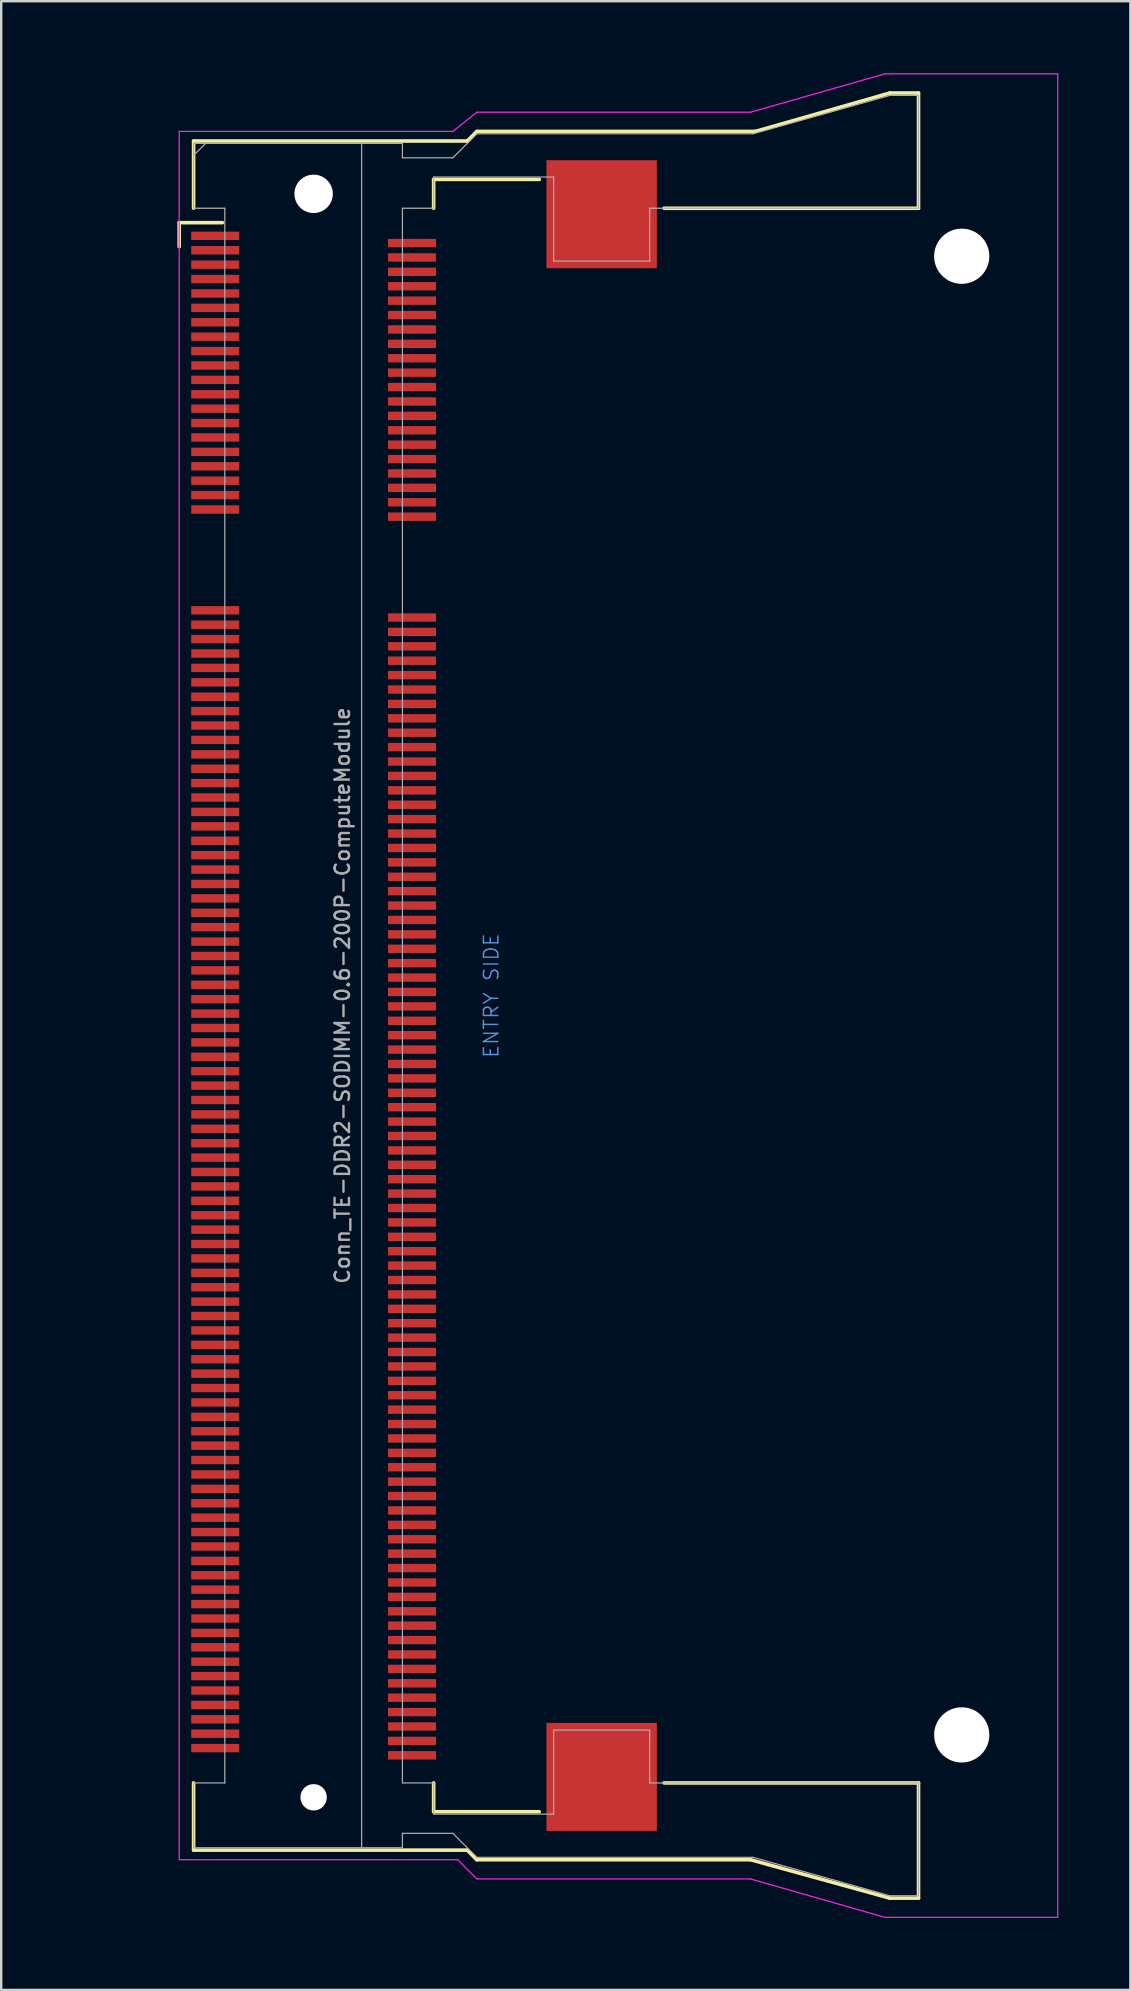
<source format=kicad_pcb>
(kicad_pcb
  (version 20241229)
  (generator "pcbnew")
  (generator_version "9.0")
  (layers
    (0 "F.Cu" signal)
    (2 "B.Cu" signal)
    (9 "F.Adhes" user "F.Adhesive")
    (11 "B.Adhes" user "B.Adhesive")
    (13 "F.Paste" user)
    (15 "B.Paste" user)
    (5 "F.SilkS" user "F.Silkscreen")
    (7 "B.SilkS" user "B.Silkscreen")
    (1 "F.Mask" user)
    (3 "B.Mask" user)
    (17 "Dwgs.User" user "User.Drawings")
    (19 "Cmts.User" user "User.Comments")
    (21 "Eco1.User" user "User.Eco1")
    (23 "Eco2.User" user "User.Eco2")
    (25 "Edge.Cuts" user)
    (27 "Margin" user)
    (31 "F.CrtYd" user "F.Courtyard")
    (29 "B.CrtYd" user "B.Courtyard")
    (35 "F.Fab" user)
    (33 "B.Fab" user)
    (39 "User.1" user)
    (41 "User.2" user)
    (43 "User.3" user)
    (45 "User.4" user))
  (footprint "Conn_TE-DDR2-SODIMM-0.6-200P-ComputeModule"
    (layer "F.Cu")
    (at 10.015 38.425)
    (property "Reference" "Conn_TE-DDR2-SODIMM-0.6-200P-ComputeModule" (at 1.2 0 90) (layer "F.Fab") (effects (font (size 0.6 0.6) (thickness 0.1))))
    (attr through_hole)
    (fp_line (start -5.6 -32.2) (end -3.8 -32.2) (stroke (width 0.15) (type solid)) (layer "F.SilkS"))
    (fp_line (start -5.6 -31.2) (end -5.6 -32.2) (stroke (width 0.15) (type solid)) (layer "F.SilkS"))
    (fp_line (start -5 -35.6) (end 6.4 -35.6) (stroke (width 0.15) (type solid)) (layer "F.SilkS"))
    (fp_line (start -5 -32.8) (end -5 -35.6) (stroke (width 0.15) (type solid)) (layer "F.SilkS"))
    (fp_line (start -5 32.8) (end -5 35.6) (stroke (width 0.15) (type solid)) (layer "F.SilkS"))
    (fp_line (start -5 35.6) (end 6.4 35.6) (stroke (width 0.15) (type solid)) (layer "F.SilkS"))
    (fp_line (start 5 -34) (end 9.4 -34) (stroke (width 0.15) (type solid)) (layer "F.SilkS"))
    (fp_line (start 5 -32.8) (end 5 -34) (stroke (width 0.15) (type solid)) (layer "F.SilkS"))
    (fp_line (start 5 34) (end 5 32.8) (stroke (width 0.15) (type solid)) (layer "F.SilkS"))
    (fp_line (start 6.4 -35.6) (end 6.8 -36) (stroke (width 0.15) (type solid)) (layer "F.SilkS"))
    (fp_line (start 6.4 35.6) (end 6.8 36) (stroke (width 0.15) (type solid)) (layer "F.SilkS"))
    (fp_line (start 6.8 -36) (end 18.4 -36) (stroke (width 0.15) (type solid)) (layer "F.SilkS"))
    (fp_line (start 6.8 36) (end 18.2 36) (stroke (width 0.15) (type solid)) (layer "F.SilkS"))
    (fp_line (start 9.4 34) (end 5 34) (stroke (width 0.15) (type solid)) (layer "F.SilkS"))
    (fp_line (start 14.6 -32.8) (end 25.2 -32.8) (stroke (width 0.15) (type solid)) (layer "F.SilkS"))
    (fp_line (start 14.6 32.8) (end 25.2 32.8) (stroke (width 0.15) (type solid)) (layer "F.SilkS"))
    (fp_line (start 18.2 36) (end 24 37.6) (stroke (width 0.15) (type solid)) (layer "F.SilkS"))
    (fp_line (start 18.4 -36) (end 24 -37.6) (stroke (width 0.15) (type solid)) (layer "F.SilkS"))
    (fp_line (start 24 -37.6) (end 25.2 -37.6) (stroke (width 0.15) (type solid)) (layer "F.SilkS"))
    (fp_line (start 24 37.6) (end 25.2 37.6) (stroke (width 0.15) (type solid)) (layer "F.SilkS"))
    (fp_line (start 25.2 -37.6) (end 25.2 -32.8) (stroke (width 0.15) (type solid)) (layer "F.SilkS"))
    (fp_line (start 25.2 37.6) (end 25.2 32.8) (stroke (width 0.15) (type solid)) (layer "F.SilkS"))
    (fp_line (start -5.6 -36) (end -5.6 36) (stroke (width 0.05) (type solid)) (layer "F.CrtYd"))
    (fp_line (start -5.6 -36) (end 5.8 -36) (stroke (width 0.05) (type solid)) (layer "F.CrtYd"))
    (fp_line (start -5.6 36) (end 6 36) (stroke (width 0.05) (type solid)) (layer "F.CrtYd"))
    (fp_line (start 6 36) (end 6.8 36.8) (stroke (width 0.05) (type solid)) (layer "F.CrtYd"))
    (fp_line (start 6.8 -36.8) (end 5.8 -36) (stroke (width 0.05) (type solid)) (layer "F.CrtYd"))
    (fp_line (start 6.8 36.8) (end 18.2 36.8) (stroke (width 0.05) (type solid)) (layer "F.CrtYd"))
    (fp_line (start 18.2 -36.8) (end 6.8 -36.8) (stroke (width 0.05) (type solid)) (layer "F.CrtYd"))
    (fp_line (start 18.2 36.8) (end 23.8 38.4) (stroke (width 0.05) (type solid)) (layer "F.CrtYd"))
    (fp_line (start 23.8 -38.4) (end 18.2 -36.8) (stroke (width 0.05) (type solid)) (layer "F.CrtYd"))
    (fp_line (start 23.8 38.4) (end 31 38.4) (stroke (width 0.05) (type solid)) (layer "F.CrtYd"))
    (fp_line (start 31 -38.4) (end 23.8 -38.4) (stroke (width 0.05) (type solid)) (layer "F.CrtYd"))
    (fp_line (start 31 38.4) (end 31 -38.4) (stroke (width 0.05) (type solid)) (layer "F.CrtYd"))
    (fp_line (start -5 -35.5) (end -5 -32.8) (stroke (width 0.05) (type solid)) (layer "F.Fab"))
    (fp_line (start -5 -35.5) (end 2 -35.5) (stroke (width 0.05) (type solid)) (layer "F.Fab"))
    (fp_line (start -5 -35) (end -4.5 -35.5) (stroke (width 0.05) (type solid)) (layer "F.Fab"))
    (fp_line (start -5 -32.8) (end -3.7 -32.8) (stroke (width 0.05) (type solid)) (layer "F.Fab"))
    (fp_line (start -5 32.8) (end -3.7 32.8) (stroke (width 0.05) (type solid)) (layer "F.Fab"))
    (fp_line (start -5 35.5) (end -5 32.8) (stroke (width 0.05) (type solid)) (layer "F.Fab"))
    (fp_line (start -3.7 32.8) (end -3.7 -32.8) (stroke (width 0.05) (type solid)) (layer "F.Fab"))
    (fp_line (start 2 -35.5) (end 2 35.5) (stroke (width 0.05) (type solid)) (layer "F.Fab"))
    (fp_line (start 2 35.5) (end -5 35.5) (stroke (width 0.05) (type solid)) (layer "F.Fab"))
    (fp_line (start 3.7 -35.5) (end 2 -35.5) (stroke (width 0.05) (type solid)) (layer "F.Fab"))
    (fp_line (start 3.7 -35.5) (end 3.7 -34.9) (stroke (width 0.05) (type solid)) (layer "F.Fab"))
    (fp_line (start 3.7 -32.8) (end 3.7 32.8) (stroke (width 0.05) (type solid)) (layer "F.Fab"))
    (fp_line (start 3.7 -32.8) (end 5 -32.8) (stroke (width 0.05) (type solid)) (layer "F.Fab"))
    (fp_line (start 3.7 34.9) (end 3.7 35.5) (stroke (width 0.05) (type solid)) (layer "F.Fab"))
    (fp_line (start 3.7 34.9) (end 5.8 34.9) (stroke (width 0.05) (type solid)) (layer "F.Fab"))
    (fp_line (start 3.7 35.5) (end 2 35.5) (stroke (width 0.05) (type solid)) (layer "F.Fab"))
    (fp_line (start 5 -34.1) (end 10 -34.1) (stroke (width 0.05) (type solid)) (layer "F.Fab"))
    (fp_line (start 5 -32.8) (end 5 -34.1) (stroke (width 0.05) (type solid)) (layer "F.Fab"))
    (fp_line (start 5 32.8) (end 3.7 32.8) (stroke (width 0.05) (type solid)) (layer "F.Fab"))
    (fp_line (start 5 34.1) (end 5 32.8) (stroke (width 0.05) (type solid)) (layer "F.Fab"))
    (fp_line (start 5 34.1) (end 10 34.1) (stroke (width 0.05) (type solid)) (layer "F.Fab"))
    (fp_line (start 5.8 -34.9) (end 3.7 -34.9) (stroke (width 0.05) (type solid)) (layer "F.Fab"))
    (fp_line (start 5.8 -34.9) (end 6.8 -35.9) (stroke (width 0.05) (type solid)) (layer "F.Fab"))
    (fp_line (start 5.8 34.9) (end 6.8 35.9) (stroke (width 0.05) (type solid)) (layer "F.Fab"))
    (fp_line (start 6.8 -35.9) (end 18.3 -35.9) (stroke (width 0.05) (type solid)) (layer "F.Fab"))
    (fp_line (start 10 -34.1) (end 10 -30.6) (stroke (width 0.05) (type solid)) (layer "F.Fab"))
    (fp_line (start 10 -30.6) (end 14 -30.6) (stroke (width 0.05) (type solid)) (layer "F.Fab"))
    (fp_line (start 10 30.6) (end 14 30.6) (stroke (width 0.05) (type solid)) (layer "F.Fab"))
    (fp_line (start 10 34.1) (end 10 30.6) (stroke (width 0.05) (type solid)) (layer "F.Fab"))
    (fp_line (start 14 -32.8) (end 25.2 -32.8) (stroke (width 0.05) (type solid)) (layer "F.Fab"))
    (fp_line (start 14 -30.6) (end 14 -32.8) (stroke (width 0.05) (type solid)) (layer "F.Fab"))
    (fp_line (start 14 30.6) (end 14 32.8) (stroke (width 0.05) (type solid)) (layer "F.Fab"))
    (fp_line (start 14 32.8) (end 25.2 32.8) (stroke (width 0.05) (type solid)) (layer "F.Fab"))
    (fp_line (start 18.3 35.9) (end 6.8 35.9) (stroke (width 0.05) (type solid)) (layer "F.Fab"))
    (fp_line (start 18.3 35.9) (end 24 37.5) (stroke (width 0.05) (type solid)) (layer "F.Fab"))
    (fp_line (start 24 -37.5) (end 18.3 -35.9) (stroke (width 0.05) (type solid)) (layer "F.Fab"))
    (fp_line (start 25.2 -37.5) (end 24 -37.5) (stroke (width 0.05) (type solid)) (layer "F.Fab"))
    (fp_line (start 25.2 -32.8) (end 25.2 -37.5) (stroke (width 0.05) (type solid)) (layer "F.Fab"))
    (fp_line (start 25.2 37.5) (end 24 37.5) (stroke (width 0.05) (type solid)) (layer "F.Fab"))
    (fp_line (start 25.2 37.5) (end 25.2 32.8) (stroke (width 0.05) (type solid)) (layer "F.Fab"))
    (fp_text user "ENTRY SIDE" (at 7.4 0 90) (layer "Cmts.User") (effects (font (size 0.6 0.6) (thickness 0.06))))
    (fp_text user "${REFERENCE}" (at -4 -35 0) (layer "Eco1.User") (effects (font (size 0.3 0.3) (thickness 0.03))))
    (pad "" np_thru_hole circle (at 0 -33.4) (size 1.6 1.6) (drill 1.6) (layers "*.Cu"))
    (pad "" np_thru_hole circle (at 0 33.4) (size 1.1 1.1) (drill 1.1) (layers "*.Cu"))
    (pad "" smd rect (at 12 -32.55) (size 4.6 4.5) (layers "F.Cu" "F.Mask" "F.Paste"))
    (pad "" smd rect (at 12 32.55) (size 4.6 4.5) (layers "F.Cu" "F.Mask" "F.Paste"))
    (pad "" np_thru_hole circle (at 27 -30.8) (size 2.3 2.3) (drill 2.3) (layers "*.Cu" "*.Mask"))
    (pad "" np_thru_hole circle (at 27 30.8) (size 2.3 2.3) (drill 2.3) (layers "*.Cu" "*.Mask"))
    (pad "1" smd rect (at -4.1 -31.65) (size 2 0.35) (layers "F.Cu" "F.Mask" "F.Paste"))
    (pad "2" smd rect (at 4.1 -31.35) (size 2 0.35) (layers "F.Cu" "F.Mask" "F.Paste"))
    (pad "3" smd rect (at -4.1 -31.05) (size 2 0.35) (layers "F.Cu" "F.Mask" "F.Paste"))
    (pad "4" smd rect (at 4.1 -30.75) (size 2 0.35) (layers "F.Cu" "F.Mask" "F.Paste"))
    (pad "5" smd rect (at -4.1 -30.45) (size 2 0.35) (layers "F.Cu" "F.Mask" "F.Paste"))
    (pad "6" smd rect (at 4.1 -30.15) (size 2 0.35) (layers "F.Cu" "F.Mask" "F.Paste"))
    (pad "7" smd rect (at -4.1 -29.85) (size 2 0.35) (layers "F.Cu" "F.Mask" "F.Paste"))
    (pad "8" smd rect (at 4.1 -29.55) (size 2 0.35) (layers "F.Cu" "F.Mask" "F.Paste"))
    (pad "9" smd rect (at -4.1 -29.25) (size 2 0.35) (layers "F.Cu" "F.Mask" "F.Paste"))
    (pad "10" smd rect (at 4.1 -28.95) (size 2 0.35) (layers "F.Cu" "F.Mask" "F.Paste"))
    (pad "11" smd rect (at -4.1 -28.65) (size 2 0.35) (layers "F.Cu" "F.Mask" "F.Paste"))
    (pad "12" smd rect (at 4.1 -28.35) (size 2 0.35) (layers "F.Cu" "F.Mask" "F.Paste"))
    (pad "13" smd rect (at -4.1 -28.05) (size 2 0.35) (layers "F.Cu" "F.Mask" "F.Paste"))
    (pad "14" smd rect (at 4.1 -27.75) (size 2 0.35) (layers "F.Cu" "F.Mask" "F.Paste"))
    (pad "15" smd rect (at -4.1 -27.45) (size 2 0.35) (layers "F.Cu" "F.Mask" "F.Paste"))
    (pad "16" smd rect (at 4.1 -27.15) (size 2 0.35) (layers "F.Cu" "F.Mask" "F.Paste"))
    (pad "17" smd rect (at -4.1 -26.85) (size 2 0.35) (layers "F.Cu" "F.Mask" "F.Paste"))
    (pad "18" smd rect (at 4.1 -26.55) (size 2 0.35) (layers "F.Cu" "F.Mask" "F.Paste"))
    (pad "19" smd rect (at -4.1 -26.25) (size 2 0.35) (layers "F.Cu" "F.Mask" "F.Paste"))
    (pad "20" smd rect (at 4.1 -25.95) (size 2 0.35) (layers "F.Cu" "F.Mask" "F.Paste"))
    (pad "21" smd rect (at -4.1 -25.65) (size 2 0.35) (layers "F.Cu" "F.Mask" "F.Paste"))
    (pad "22" smd rect (at 4.1 -25.35) (size 2 0.35) (layers "F.Cu" "F.Mask" "F.Paste"))
    (pad "23" smd rect (at -4.1 -25.05) (size 2 0.35) (layers "F.Cu" "F.Mask" "F.Paste"))
    (pad "24" smd rect (at 4.1 -24.75) (size 2 0.35) (layers "F.Cu" "F.Mask" "F.Paste"))
    (pad "25" smd rect (at -4.1 -24.45) (size 2 0.35) (layers "F.Cu" "F.Mask" "F.Paste"))
    (pad "26" smd rect (at 4.1 -24.15) (size 2 0.35) (layers "F.Cu" "F.Mask" "F.Paste"))
    (pad "27" smd rect (at -4.1 -23.85) (size 2 0.35) (layers "F.Cu" "F.Mask" "F.Paste"))
    (pad "28" smd rect (at 4.1 -23.55) (size 2 0.35) (layers "F.Cu" "F.Mask" "F.Paste"))
    (pad "29" smd rect (at -4.1 -23.25) (size 2 0.35) (layers "F.Cu" "F.Mask" "F.Paste"))
    (pad "30" smd rect (at 4.1 -22.95) (size 2 0.35) (layers "F.Cu" "F.Mask" "F.Paste"))
    (pad "31" smd rect (at -4.1 -22.65) (size 2 0.35) (layers "F.Cu" "F.Mask" "F.Paste"))
    (pad "32" smd rect (at 4.1 -22.35) (size 2 0.35) (layers "F.Cu" "F.Mask" "F.Paste"))
    (pad "33" smd rect (at -4.1 -22.05) (size 2 0.35) (layers "F.Cu" "F.Mask" "F.Paste"))
    (pad "34" smd rect (at 4.1 -21.75) (size 2 0.35) (layers "F.Cu" "F.Mask" "F.Paste"))
    (pad "35" smd rect (at -4.1 -21.45) (size 2 0.35) (layers "F.Cu" "F.Mask" "F.Paste"))
    (pad "36" smd rect (at 4.1 -21.15) (size 2 0.35) (layers "F.Cu" "F.Mask" "F.Paste"))
    (pad "37" smd rect (at -4.1 -20.85) (size 2 0.35) (layers "F.Cu" "F.Mask" "F.Paste"))
    (pad "38" smd rect (at 4.1 -20.55) (size 2 0.35) (layers "F.Cu" "F.Mask" "F.Paste"))
    (pad "39" smd rect (at -4.1 -20.25) (size 2 0.35) (layers "F.Cu" "F.Mask" "F.Paste"))
    (pad "40" smd rect (at 4.1 -19.95) (size 2 0.35) (layers "F.Cu" "F.Mask" "F.Paste"))
    (pad "41" smd rect (at -4.1 -16.05) (size 2 0.35) (layers "F.Cu" "F.Mask" "F.Paste"))
    (pad "42" smd rect (at 4.1 -15.75) (size 2 0.35) (layers "F.Cu" "F.Mask" "F.Paste"))
    (pad "43" smd rect (at -4.1 -15.45) (size 2 0.35) (layers "F.Cu" "F.Mask" "F.Paste"))
    (pad "44" smd rect (at 4.1 -15.15) (size 2 0.35) (layers "F.Cu" "F.Mask" "F.Paste"))
    (pad "45" smd rect (at -4.1 -14.85) (size 2 0.35) (layers "F.Cu" "F.Mask" "F.Paste"))
    (pad "46" smd rect (at 4.1 -14.55) (size 2 0.35) (layers "F.Cu" "F.Mask" "F.Paste"))
    (pad "47" smd rect (at -4.1 -14.25) (size 2 0.35) (layers "F.Cu" "F.Mask" "F.Paste"))
    (pad "48" smd rect (at 4.1 -13.95) (size 2 0.35) (layers "F.Cu" "F.Mask" "F.Paste"))
    (pad "49" smd rect (at -4.1 -13.65) (size 2 0.35) (layers "F.Cu" "F.Mask" "F.Paste"))
    (pad "50" smd rect (at 4.1 -13.35) (size 2 0.35) (layers "F.Cu" "F.Mask" "F.Paste"))
    (pad "51" smd rect (at -4.1 -13.05) (size 2 0.35) (layers "F.Cu" "F.Mask" "F.Paste"))
    (pad "52" smd rect (at 4.1 -12.75) (size 2 0.35) (layers "F.Cu" "F.Mask" "F.Paste"))
    (pad "53" smd rect (at -4.1 -12.45) (size 2 0.35) (layers "F.Cu" "F.Mask" "F.Paste"))
    (pad "54" smd rect (at 4.1 -12.15) (size 2 0.35) (layers "F.Cu" "F.Mask" "F.Paste"))
    (pad "55" smd rect (at -4.1 -11.85) (size 2 0.35) (layers "F.Cu" "F.Mask" "F.Paste"))
    (pad "56" smd rect (at 4.1 -11.55) (size 2 0.35) (layers "F.Cu" "F.Mask" "F.Paste"))
    (pad "57" smd rect (at -4.1 -11.25) (size 2 0.35) (layers "F.Cu" "F.Mask" "F.Paste"))
    (pad "58" smd rect (at 4.1 -10.95) (size 2 0.35) (layers "F.Cu" "F.Mask" "F.Paste"))
    (pad "59" smd rect (at -4.1 -10.65) (size 2 0.35) (layers "F.Cu" "F.Mask" "F.Paste"))
    (pad "60" smd rect (at 4.1 -10.35) (size 2 0.35) (layers "F.Cu" "F.Mask" "F.Paste"))
    (pad "61" smd rect (at -4.1 -10.05) (size 2 0.35) (layers "F.Cu" "F.Mask" "F.Paste"))
    (pad "62" smd rect (at 4.1 -9.75) (size 2 0.35) (layers "F.Cu" "F.Mask" "F.Paste"))
    (pad "63" smd rect (at -4.1 -9.45) (size 2 0.35) (layers "F.Cu" "F.Mask" "F.Paste"))
    (pad "64" smd rect (at 4.1 -9.15) (size 2 0.35) (layers "F.Cu" "F.Mask" "F.Paste"))
    (pad "65" smd rect (at -4.1 -8.85) (size 2 0.35) (layers "F.Cu" "F.Mask" "F.Paste"))
    (pad "66" smd rect (at 4.1 -8.55) (size 2 0.35) (layers "F.Cu" "F.Mask" "F.Paste"))
    (pad "67" smd rect (at -4.1 -8.25) (size 2 0.35) (layers "F.Cu" "F.Mask" "F.Paste"))
    (pad "68" smd rect (at 4.1 -7.95) (size 2 0.35) (layers "F.Cu" "F.Mask" "F.Paste"))
    (pad "69" smd rect (at -4.1 -7.65) (size 2 0.35) (layers "F.Cu" "F.Mask" "F.Paste"))
    (pad "70" smd rect (at 4.1 -7.35) (size 2 0.35) (layers "F.Cu" "F.Mask" "F.Paste"))
    (pad "71" smd rect (at -4.1 -7.05) (size 2 0.35) (layers "F.Cu" "F.Mask" "F.Paste"))
    (pad "72" smd rect (at 4.1 -6.75) (size 2 0.35) (layers "F.Cu" "F.Mask" "F.Paste"))
    (pad "73" smd rect (at -4.1 -6.45) (size 2 0.35) (layers "F.Cu" "F.Mask" "F.Paste"))
    (pad "74" smd rect (at 4.1 -6.15) (size 2 0.35) (layers "F.Cu" "F.Mask" "F.Paste"))
    (pad "75" smd rect (at -4.1 -5.85) (size 2 0.35) (layers "F.Cu" "F.Mask" "F.Paste"))
    (pad "76" smd rect (at 4.1 -5.55) (size 2 0.35) (layers "F.Cu" "F.Mask" "F.Paste"))
    (pad "77" smd rect (at -4.1 -5.25) (size 2 0.35) (layers "F.Cu" "F.Mask" "F.Paste"))
    (pad "78" smd rect (at 4.1 -4.95) (size 2 0.35) (layers "F.Cu" "F.Mask" "F.Paste"))
    (pad "79" smd rect (at -4.1 -4.65) (size 2 0.35) (layers "F.Cu" "F.Mask" "F.Paste"))
    (pad "80" smd rect (at 4.1 -4.35) (size 2 0.35) (layers "F.Cu" "F.Mask" "F.Paste"))
    (pad "81" smd rect (at -4.1 -4.05) (size 2 0.35) (layers "F.Cu" "F.Mask" "F.Paste"))
    (pad "82" smd rect (at 4.1 -3.75) (size 2 0.35) (layers "F.Cu" "F.Mask" "F.Paste"))
    (pad "83" smd rect (at -4.1 -3.45) (size 2 0.35) (layers "F.Cu" "F.Mask" "F.Paste"))
    (pad "84" smd rect (at 4.1 -3.15) (size 2 0.35) (layers "F.Cu" "F.Mask" "F.Paste"))
    (pad "85" smd rect (at -4.1 -2.85) (size 2 0.35) (layers "F.Cu" "F.Mask" "F.Paste"))
    (pad "86" smd rect (at 4.1 -2.55) (size 2 0.35) (layers "F.Cu" "F.Mask" "F.Paste"))
    (pad "87" smd rect (at -4.1 -2.25) (size 2 0.35) (layers "F.Cu" "F.Mask" "F.Paste"))
    (pad "88" smd rect (at 4.1 -1.95) (size 2 0.35) (layers "F.Cu" "F.Mask" "F.Paste"))
    (pad "89" smd rect (at -4.1 -1.65) (size 2 0.35) (layers "F.Cu" "F.Mask" "F.Paste"))
    (pad "90" smd rect (at 4.1 -1.35) (size 2 0.35) (layers "F.Cu" "F.Mask" "F.Paste"))
    (pad "91" smd rect (at -4.1 -1.05) (size 2 0.35) (layers "F.Cu" "F.Mask" "F.Paste"))
    (pad "92" smd rect (at 4.1 -0.75) (size 2 0.35) (layers "F.Cu" "F.Mask" "F.Paste"))
    (pad "93" smd rect (at -4.1 -0.45) (size 2 0.35) (layers "F.Cu" "F.Mask" "F.Paste"))
    (pad "94" smd rect (at 4.1 -0.15) (size 2 0.35) (layers "F.Cu" "F.Mask" "F.Paste"))
    (pad "95" smd rect (at -4.1 0.15) (size 2 0.35) (layers "F.Cu" "F.Mask" "F.Paste"))
    (pad "96" smd rect (at 4.1 0.45) (size 2 0.35) (layers "F.Cu" "F.Mask" "F.Paste"))
    (pad "97" smd rect (at -4.1 0.75) (size 2 0.35) (layers "F.Cu" "F.Mask" "F.Paste"))
    (pad "98" smd rect (at 4.1 1.05) (size 2 0.35) (layers "F.Cu" "F.Mask" "F.Paste"))
    (pad "99" smd rect (at -4.1 1.35) (size 2 0.35) (layers "F.Cu" "F.Mask" "F.Paste"))
    (pad "100" smd rect (at 4.1 1.65) (size 2 0.35) (layers "F.Cu" "F.Mask" "F.Paste"))
    (pad "101" smd rect (at -4.1 1.95) (size 2 0.35) (layers "F.Cu" "F.Mask" "F.Paste"))
    (pad "102" smd rect (at 4.1 2.25) (size 2 0.35) (layers "F.Cu" "F.Mask" "F.Paste"))
    (pad "103" smd rect (at -4.1 2.55) (size 2 0.35) (layers "F.Cu" "F.Mask" "F.Paste"))
    (pad "104" smd rect (at 4.1 2.85) (size 2 0.35) (layers "F.Cu" "F.Mask" "F.Paste"))
    (pad "105" smd rect (at -4.1 3.15) (size 2 0.35) (layers "F.Cu" "F.Mask" "F.Paste"))
    (pad "106" smd rect (at 4.1 3.45) (size 2 0.35) (layers "F.Cu" "F.Mask" "F.Paste"))
    (pad "107" smd rect (at -4.1 3.75) (size 2 0.35) (layers "F.Cu" "F.Mask" "F.Paste"))
    (pad "108" smd rect (at 4.1 4.05) (size 2 0.35) (layers "F.Cu" "F.Mask" "F.Paste"))
    (pad "109" smd rect (at -4.1 4.35) (size 2 0.35) (layers "F.Cu" "F.Mask" "F.Paste"))
    (pad "110" smd rect (at 4.1 4.65) (size 2 0.35) (layers "F.Cu" "F.Mask" "F.Paste"))
    (pad "111" smd rect (at -4.1 4.95) (size 2 0.35) (layers "F.Cu" "F.Mask" "F.Paste"))
    (pad "112" smd rect (at 4.1 5.25) (size 2 0.35) (layers "F.Cu" "F.Mask" "F.Paste"))
    (pad "113" smd rect (at -4.1 5.55) (size 2 0.35) (layers "F.Cu" "F.Mask" "F.Paste"))
    (pad "114" smd rect (at 4.1 5.85) (size 2 0.35) (layers "F.Cu" "F.Mask" "F.Paste"))
    (pad "115" smd rect (at -4.1 6.15) (size 2 0.35) (layers "F.Cu" "F.Mask" "F.Paste"))
    (pad "116" smd rect (at 4.1 6.45) (size 2 0.35) (layers "F.Cu" "F.Mask" "F.Paste"))
    (pad "117" smd rect (at -4.1 6.75) (size 2 0.35) (layers "F.Cu" "F.Mask" "F.Paste"))
    (pad "118" smd rect (at 4.1 7.05) (size 2 0.35) (layers "F.Cu" "F.Mask" "F.Paste"))
    (pad "119" smd rect (at -4.1 7.35) (size 2 0.35) (layers "F.Cu" "F.Mask" "F.Paste"))
    (pad "120" smd rect (at 4.1 7.65) (size 2 0.35) (layers "F.Cu" "F.Mask" "F.Paste"))
    (pad "121" smd rect (at -4.1 7.95) (size 2 0.35) (layers "F.Cu" "F.Mask" "F.Paste"))
    (pad "122" smd rect (at 4.1 8.25) (size 2 0.35) (layers "F.Cu" "F.Mask" "F.Paste"))
    (pad "123" smd rect (at -4.1 8.55) (size 2 0.35) (layers "F.Cu" "F.Mask" "F.Paste"))
    (pad "124" smd rect (at 4.1 8.85) (size 2 0.35) (layers "F.Cu" "F.Mask" "F.Paste"))
    (pad "125" smd rect (at -4.1 9.15) (size 2 0.35) (layers "F.Cu" "F.Mask" "F.Paste"))
    (pad "126" smd rect (at 4.1 9.45) (size 2 0.35) (layers "F.Cu" "F.Mask" "F.Paste"))
    (pad "127" smd rect (at -4.1 9.75) (size 2 0.35) (layers "F.Cu" "F.Mask" "F.Paste"))
    (pad "128" smd rect (at 4.1 10.05) (size 2 0.35) (layers "F.Cu" "F.Mask" "F.Paste"))
    (pad "129" smd rect (at -4.1 10.35) (size 2 0.35) (layers "F.Cu" "F.Mask" "F.Paste"))
    (pad "130" smd rect (at 4.1 10.65) (size 2 0.35) (layers "F.Cu" "F.Mask" "F.Paste"))
    (pad "131" smd rect (at -4.1 10.95) (size 2 0.35) (layers "F.Cu" "F.Mask" "F.Paste"))
    (pad "132" smd rect (at 4.1 11.25) (size 2 0.35) (layers "F.Cu" "F.Mask" "F.Paste"))
    (pad "133" smd rect (at -4.1 11.55) (size 2 0.35) (layers "F.Cu" "F.Mask" "F.Paste"))
    (pad "134" smd rect (at 4.1 11.85) (size 2 0.35) (layers "F.Cu" "F.Mask" "F.Paste"))
    (pad "135" smd rect (at -4.1 12.15) (size 2 0.35) (layers "F.Cu" "F.Mask" "F.Paste"))
    (pad "136" smd rect (at 4.1 12.45) (size 2 0.35) (layers "F.Cu" "F.Mask" "F.Paste"))
    (pad "137" smd rect (at -4.1 12.75) (size 2 0.35) (layers "F.Cu" "F.Mask" "F.Paste"))
    (pad "138" smd rect (at 4.1 13.05) (size 2 0.35) (layers "F.Cu" "F.Mask" "F.Paste"))
    (pad "139" smd rect (at -4.1 13.35) (size 2 0.35) (layers "F.Cu" "F.Mask" "F.Paste"))
    (pad "140" smd rect (at 4.1 13.65) (size 2 0.35) (layers "F.Cu" "F.Mask" "F.Paste"))
    (pad "141" smd rect (at -4.1 13.95) (size 2 0.35) (layers "F.Cu" "F.Mask" "F.Paste"))
    (pad "142" smd rect (at 4.1 14.25) (size 2 0.35) (layers "F.Cu" "F.Mask" "F.Paste"))
    (pad "143" smd rect (at -4.1 14.55) (size 2 0.35) (layers "F.Cu" "F.Mask" "F.Paste"))
    (pad "144" smd rect (at 4.1 14.85) (size 2 0.35) (layers "F.Cu" "F.Mask" "F.Paste"))
    (pad "145" smd rect (at -4.1 15.15) (size 2 0.35) (layers "F.Cu" "F.Mask" "F.Paste"))
    (pad "146" smd rect (at 4.1 15.45) (size 2 0.35) (layers "F.Cu" "F.Mask" "F.Paste"))
    (pad "147" smd rect (at -4.1 15.75) (size 2 0.35) (layers "F.Cu" "F.Mask" "F.Paste"))
    (pad "148" smd rect (at 4.1 16.05) (size 2 0.35) (layers "F.Cu" "F.Mask" "F.Paste"))
    (pad "149" smd rect (at -4.1 16.35) (size 2 0.35) (layers "F.Cu" "F.Mask" "F.Paste"))
    (pad "150" smd rect (at 4.1 16.65) (size 2 0.35) (layers "F.Cu" "F.Mask" "F.Paste"))
    (pad "151" smd rect (at -4.1 16.95) (size 2 0.35) (layers "F.Cu" "F.Mask" "F.Paste"))
    (pad "152" smd rect (at 4.1 17.25) (size 2 0.35) (layers "F.Cu" "F.Mask" "F.Paste"))
    (pad "153" smd rect (at -4.1 17.55) (size 2 0.35) (layers "F.Cu" "F.Mask" "F.Paste"))
    (pad "154" smd rect (at 4.1 17.85) (size 2 0.35) (layers "F.Cu" "F.Mask" "F.Paste"))
    (pad "155" smd rect (at -4.1 18.15) (size 2 0.35) (layers "F.Cu" "F.Mask" "F.Paste"))
    (pad "156" smd rect (at 4.1 18.45) (size 2 0.35) (layers "F.Cu" "F.Mask" "F.Paste"))
    (pad "157" smd rect (at -4.1 18.75) (size 2 0.35) (layers "F.Cu" "F.Mask" "F.Paste"))
    (pad "158" smd rect (at 4.1 19.05) (size 2 0.35) (layers "F.Cu" "F.Mask" "F.Paste"))
    (pad "159" smd rect (at -4.1 19.35) (size 2 0.35) (layers "F.Cu" "F.Mask" "F.Paste"))
    (pad "160" smd rect (at 4.1 19.65) (size 2 0.35) (layers "F.Cu" "F.Mask" "F.Paste"))
    (pad "161" smd rect (at -4.1 19.95) (size 2 0.35) (layers "F.Cu" "F.Mask" "F.Paste"))
    (pad "162" smd rect (at 4.1 20.25) (size 2 0.35) (layers "F.Cu" "F.Mask" "F.Paste"))
    (pad "163" smd rect (at -4.1 20.55) (size 2 0.35) (layers "F.Cu" "F.Mask" "F.Paste"))
    (pad "164" smd rect (at 4.1 20.85) (size 2 0.35) (layers "F.Cu" "F.Mask" "F.Paste"))
    (pad "165" smd rect (at -4.1 21.15) (size 2 0.35) (layers "F.Cu" "F.Mask" "F.Paste"))
    (pad "166" smd rect (at 4.1 21.45) (size 2 0.35) (layers "F.Cu" "F.Mask" "F.Paste"))
    (pad "167" smd rect (at -4.1 21.75) (size 2 0.35) (layers "F.Cu" "F.Mask" "F.Paste"))
    (pad "168" smd rect (at 4.1 22.05) (size 2 0.35) (layers "F.Cu" "F.Mask" "F.Paste"))
    (pad "169" smd rect (at -4.1 22.35) (size 2 0.35) (layers "F.Cu" "F.Mask" "F.Paste"))
    (pad "170" smd rect (at 4.1 22.65) (size 2 0.35) (layers "F.Cu" "F.Mask" "F.Paste"))
    (pad "171" smd rect (at -4.1 22.95) (size 2 0.35) (layers "F.Cu" "F.Mask" "F.Paste"))
    (pad "172" smd rect (at 4.1 23.25) (size 2 0.35) (layers "F.Cu" "F.Mask" "F.Paste"))
    (pad "173" smd rect (at -4.1 23.55) (size 2 0.35) (layers "F.Cu" "F.Mask" "F.Paste"))
    (pad "174" smd rect (at 4.1 23.85) (size 2 0.35) (layers "F.Cu" "F.Mask" "F.Paste"))
    (pad "175" smd rect (at -4.1 24.15) (size 2 0.35) (layers "F.Cu" "F.Mask" "F.Paste"))
    (pad "176" smd rect (at 4.1 24.45) (size 2 0.35) (layers "F.Cu" "F.Mask" "F.Paste"))
    (pad "177" smd rect (at -4.1 24.75) (size 2 0.35) (layers "F.Cu" "F.Mask" "F.Paste"))
    (pad "178" smd rect (at 4.1 25.05) (size 2 0.35) (layers "F.Cu" "F.Mask" "F.Paste"))
    (pad "179" smd rect (at -4.1 25.35) (size 2 0.35) (layers "F.Cu" "F.Mask" "F.Paste"))
    (pad "180" smd rect (at 4.1 25.65) (size 2 0.35) (layers "F.Cu" "F.Mask" "F.Paste"))
    (pad "181" smd rect (at -4.1 25.95) (size 2 0.35) (layers "F.Cu" "F.Mask" "F.Paste"))
    (pad "182" smd rect (at 4.1 26.25) (size 2 0.35) (layers "F.Cu" "F.Mask" "F.Paste"))
    (pad "183" smd rect (at -4.1 26.55) (size 2 0.35) (layers "F.Cu" "F.Mask" "F.Paste"))
    (pad "184" smd rect (at 4.1 26.85) (size 2 0.35) (layers "F.Cu" "F.Mask" "F.Paste"))
    (pad "185" smd rect (at -4.1 27.15) (size 2 0.35) (layers "F.Cu" "F.Mask" "F.Paste"))
    (pad "186" smd rect (at 4.1 27.45) (size 2 0.35) (layers "F.Cu" "F.Mask" "F.Paste"))
    (pad "187" smd rect (at -4.1 27.75) (size 2 0.35) (layers "F.Cu" "F.Mask" "F.Paste"))
    (pad "188" smd rect (at 4.1 28.05) (size 2 0.35) (layers "F.Cu" "F.Mask" "F.Paste"))
    (pad "189" smd rect (at -4.1 28.35) (size 2 0.35) (layers "F.Cu" "F.Mask" "F.Paste"))
    (pad "190" smd rect (at 4.1 28.65) (size 2 0.35) (layers "F.Cu" "F.Mask" "F.Paste"))
    (pad "191" smd rect (at -4.1 28.95) (size 2 0.35) (layers "F.Cu" "F.Mask" "F.Paste"))
    (pad "192" smd rect (at 4.1 29.25) (size 2 0.35) (layers "F.Cu" "F.Mask" "F.Paste"))
    (pad "193" smd rect (at -4.1 29.55) (size 2 0.35) (layers "F.Cu" "F.Mask" "F.Paste"))
    (pad "194" smd rect (at 4.1 29.85) (size 2 0.35) (layers "F.Cu" "F.Mask" "F.Paste"))
    (pad "195" smd rect (at -4.1 30.15) (size 2 0.35) (layers "F.Cu" "F.Mask" "F.Paste"))
    (pad "196" smd rect (at 4.1 30.45) (size 2 0.35) (layers "F.Cu" "F.Mask" "F.Paste"))
    (pad "197" smd rect (at -4.1 30.75) (size 2 0.35) (layers "F.Cu" "F.Mask" "F.Paste"))
    (pad "198" smd rect (at 4.1 31.05) (size 2 0.35) (layers "F.Cu" "F.Mask" "F.Paste"))
    (pad "199" smd rect (at -4.1 31.35) (size 2 0.35) (layers "F.Cu" "F.Mask" "F.Paste"))
    (pad "200" smd rect (at 4.1 31.65) (size 2 0.35) (layers "F.Cu" "F.Mask" "F.Paste")))
  (gr_rect
    (start -3 -3)
    (end 44.04 79.85)
    (stroke (width 0.1) (type default))
    (fill no)
    (layer "Edge.Cuts")))
</source>
